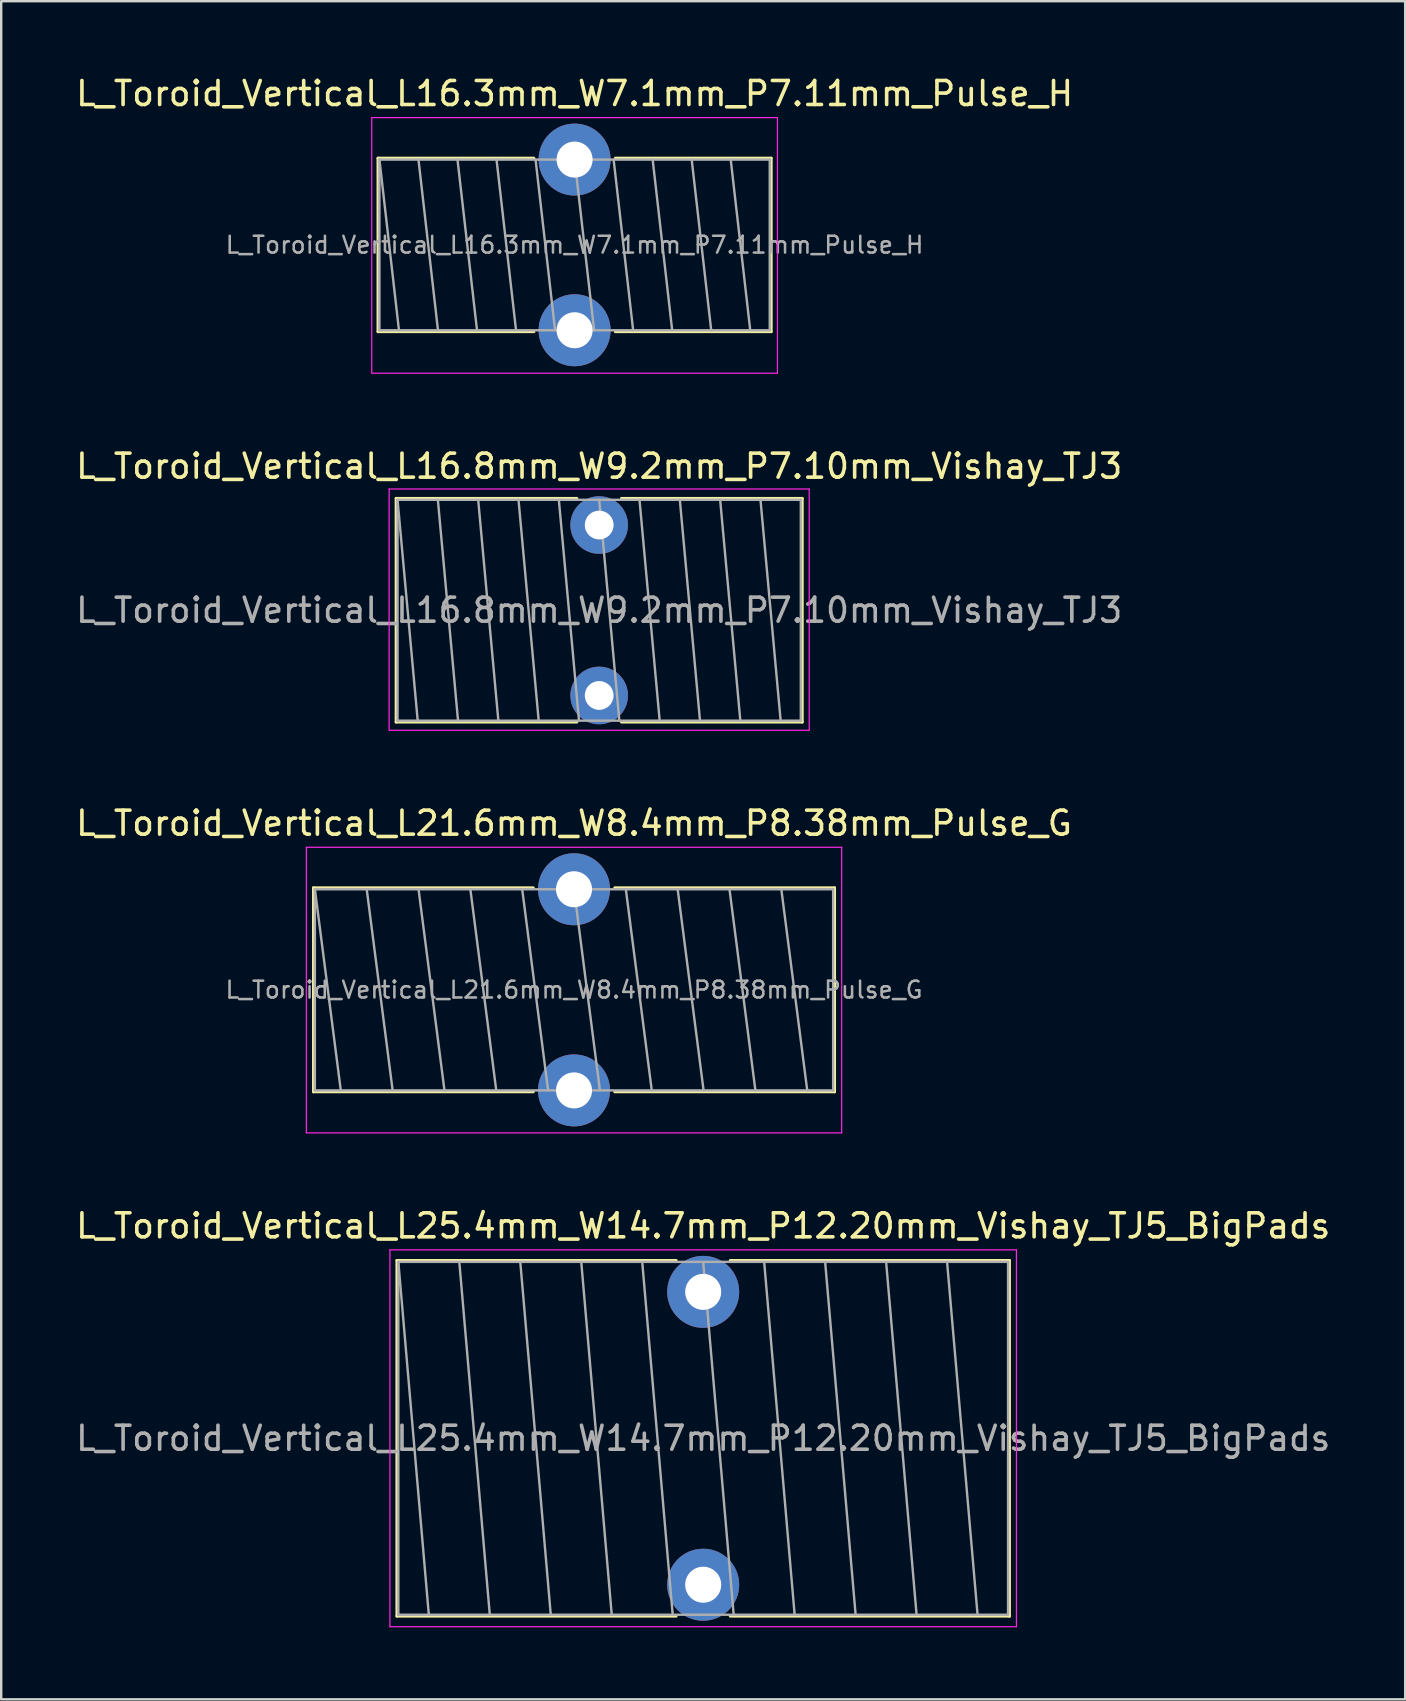
<source format=kicad_pcb>
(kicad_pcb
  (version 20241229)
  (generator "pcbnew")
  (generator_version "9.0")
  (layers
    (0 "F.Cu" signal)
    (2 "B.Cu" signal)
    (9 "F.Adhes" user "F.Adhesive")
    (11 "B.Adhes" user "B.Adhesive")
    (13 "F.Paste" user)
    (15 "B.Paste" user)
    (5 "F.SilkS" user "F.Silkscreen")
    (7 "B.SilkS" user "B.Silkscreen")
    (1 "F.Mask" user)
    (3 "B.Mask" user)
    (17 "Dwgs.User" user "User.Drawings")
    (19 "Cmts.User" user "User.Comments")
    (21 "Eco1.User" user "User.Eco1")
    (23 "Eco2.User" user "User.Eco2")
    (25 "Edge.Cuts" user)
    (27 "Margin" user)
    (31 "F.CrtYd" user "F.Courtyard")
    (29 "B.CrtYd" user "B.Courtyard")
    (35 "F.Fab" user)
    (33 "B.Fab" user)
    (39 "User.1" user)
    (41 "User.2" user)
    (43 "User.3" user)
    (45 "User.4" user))
  (footprint "L_Toroid_Vertical_L16.3mm_W7.1mm_P7.11mm_Pulse_H"
    (layer "F.Cu")
    (at 20.887 3.598)
    (property "Reference" "L_Toroid_Vertical_L16.3mm_W7.1mm_P7.11mm_Pulse_H" (at 0 -2.75 0) (layer "F.SilkS") (effects (font (size 1 1) (thickness 0.15))))
    (attr through_hole)
    (fp_line (start -8.191 -0.06) (end -8.191 7.17) (stroke (width 0.12) (type solid)) (layer "F.SilkS"))
    (fp_line (start -8.191 -0.06) (end -1.695 -0.06) (stroke (width 0.12) (type solid)) (layer "F.SilkS"))
    (fp_line (start -8.191 7.17) (end -1.695 7.17) (stroke (width 0.12) (type solid)) (layer "F.SilkS"))
    (fp_line (start 1.695 -0.06) (end 8.191 -0.06) (stroke (width 0.12) (type solid)) (layer "F.SilkS"))
    (fp_line (start 1.695 7.17) (end 8.191 7.17) (stroke (width 0.12) (type solid)) (layer "F.SilkS"))
    (fp_line (start 8.191 -0.06) (end 8.191 7.17) (stroke (width 0.12) (type solid)) (layer "F.SilkS"))
    (fp_line (start -8.45 -1.75) (end -8.45 8.9) (stroke (width 0.05) (type solid)) (layer "F.CrtYd"))
    (fp_line (start -8.45 8.9) (end 8.45 8.9) (stroke (width 0.05) (type solid)) (layer "F.CrtYd"))
    (fp_line (start 8.45 -1.75) (end -8.45 -1.75) (stroke (width 0.05) (type solid)) (layer "F.CrtYd"))
    (fp_line (start 8.45 8.9) (end 8.45 -1.75) (stroke (width 0.05) (type solid)) (layer "F.CrtYd"))
    (fp_line (start -8.13 0) (end -8.13 7.11) (stroke (width 0.1) (type solid)) (layer "F.Fab"))
    (fp_line (start -8.13 0) (end -7.317 7.11) (stroke (width 0.1) (type solid)) (layer "F.Fab"))
    (fp_line (start -8.13 7.11) (end 8.13 7.11) (stroke (width 0.1) (type solid)) (layer "F.Fab"))
    (fp_line (start -6.504 0) (end -5.691 7.11) (stroke (width 0.1) (type solid)) (layer "F.Fab"))
    (fp_line (start -4.878 0) (end -4.065 7.11) (stroke (width 0.1) (type solid)) (layer "F.Fab"))
    (fp_line (start -3.252 0) (end -2.439 7.11) (stroke (width 0.1) (type solid)) (layer "F.Fab"))
    (fp_line (start -1.626 0) (end -0.813 7.11) (stroke (width 0.1) (type solid)) (layer "F.Fab"))
    (fp_line (start 0 0) (end 0.813 7.11) (stroke (width 0.1) (type solid)) (layer "F.Fab"))
    (fp_line (start 1.626 0) (end 2.439 7.11) (stroke (width 0.1) (type solid)) (layer "F.Fab"))
    (fp_line (start 3.252 0) (end 4.065 7.11) (stroke (width 0.1) (type solid)) (layer "F.Fab"))
    (fp_line (start 4.878 0) (end 5.691 7.11) (stroke (width 0.1) (type solid)) (layer "F.Fab"))
    (fp_line (start 6.504 0) (end 7.317 7.11) (stroke (width 0.1) (type solid)) (layer "F.Fab"))
    (fp_line (start 8.13 0) (end -8.13 0) (stroke (width 0.1) (type solid)) (layer "F.Fab"))
    (fp_line (start 8.13 7.11) (end 8.13 0) (stroke (width 0.1) (type solid)) (layer "F.Fab"))
    (fp_text user "${REFERENCE}" (at 0 3.555 0) (layer "F.Fab") (effects (font (size 0.7 0.7) (thickness 0.105))))
    (pad "1" thru_hole circle (at 0 0) (size 3 3) (drill 1.5) (layers "*.Cu" "*.Mask"))
    (pad "2" thru_hole circle (at 0 7.11) (size 3 3) (drill 1.5) (layers "*.Cu" "*.Mask")))
  (footprint "L_Toroid_Vertical_L16.8mm_W9.2mm_P7.10mm_Vishay_TJ3"
    (layer "F.Cu")
    (at 21.911 18.822)
    (property "Reference" "L_Toroid_Vertical_L16.8mm_W9.2mm_P7.10mm_Vishay_TJ3" (at 0 -2.45 0) (layer "F.SilkS") (effects (font (size 1 1) (thickness 0.15))))
    (attr through_hole)
    (fp_line (start -8.46 -1.11) (end -8.46 8.21) (stroke (width 0.12) (type solid)) (layer "F.SilkS"))
    (fp_line (start -8.46 -1.11) (end -0.928 -1.11) (stroke (width 0.12) (type solid)) (layer "F.SilkS"))
    (fp_line (start -8.46 8.21) (end -0.928 8.21) (stroke (width 0.12) (type solid)) (layer "F.SilkS"))
    (fp_line (start 0.928 -1.11) (end 8.46 -1.11) (stroke (width 0.12) (type solid)) (layer "F.SilkS"))
    (fp_line (start 0.928 8.21) (end 8.46 8.21) (stroke (width 0.12) (type solid)) (layer "F.SilkS"))
    (fp_line (start 8.46 -1.11) (end 8.46 8.21) (stroke (width 0.12) (type solid)) (layer "F.SilkS"))
    (fp_line (start -8.75 -1.5) (end -8.75 8.55) (stroke (width 0.05) (type solid)) (layer "F.CrtYd"))
    (fp_line (start -8.75 8.55) (end 8.75 8.55) (stroke (width 0.05) (type solid)) (layer "F.CrtYd"))
    (fp_line (start 8.75 -1.5) (end -8.75 -1.5) (stroke (width 0.05) (type solid)) (layer "F.CrtYd"))
    (fp_line (start 8.75 8.55) (end 8.75 -1.5) (stroke (width 0.05) (type solid)) (layer "F.CrtYd"))
    (fp_line (start -8.4 -1.05) (end -8.4 8.15) (stroke (width 0.1) (type solid)) (layer "F.Fab"))
    (fp_line (start -8.4 -1.05) (end -7.56 8.15) (stroke (width 0.1) (type solid)) (layer "F.Fab"))
    (fp_line (start -8.4 8.15) (end 8.4 8.15) (stroke (width 0.1) (type solid)) (layer "F.Fab"))
    (fp_line (start -6.72 -1.05) (end -5.88 8.15) (stroke (width 0.1) (type solid)) (layer "F.Fab"))
    (fp_line (start -5.04 -1.05) (end -4.2 8.15) (stroke (width 0.1) (type solid)) (layer "F.Fab"))
    (fp_line (start -3.36 -1.05) (end -2.52 8.15) (stroke (width 0.1) (type solid)) (layer "F.Fab"))
    (fp_line (start -1.68 -1.05) (end -0.84 8.15) (stroke (width 0.1) (type solid)) (layer "F.Fab"))
    (fp_line (start 0 -1.05) (end 0.84 8.15) (stroke (width 0.1) (type solid)) (layer "F.Fab"))
    (fp_line (start 1.68 -1.05) (end 2.52 8.15) (stroke (width 0.1) (type solid)) (layer "F.Fab"))
    (fp_line (start 3.36 -1.05) (end 4.2 8.15) (stroke (width 0.1) (type solid)) (layer "F.Fab"))
    (fp_line (start 5.04 -1.05) (end 5.88 8.15) (stroke (width 0.1) (type solid)) (layer "F.Fab"))
    (fp_line (start 6.72 -1.05) (end 7.56 8.15) (stroke (width 0.1) (type solid)) (layer "F.Fab"))
    (fp_line (start 8.4 -1.05) (end -8.4 -1.05) (stroke (width 0.1) (type solid)) (layer "F.Fab"))
    (fp_line (start 8.4 8.15) (end 8.4 -1.05) (stroke (width 0.1) (type solid)) (layer "F.Fab"))
    (fp_text user "${REFERENCE}" (at 0 3.55 0) (layer "F.Fab") (effects (font (size 1 1) (thickness 0.15))))
    (pad "1" thru_hole circle (at 0 0) (size 2.4 2.4) (drill 1.2) (layers "*.Cu" "*.Mask"))
    (pad "2" thru_hole circle (at 0 7.1) (size 2.4 2.4) (drill 1.2) (layers "*.Cu" "*.Mask")))
  (footprint "L_Toroid_Vertical_L21.6mm_W8.4mm_P8.38mm_Pulse_G"
    (layer "F.Cu")
    (at 20.863 33.995)
    (property "Reference" "L_Toroid_Vertical_L21.6mm_W8.4mm_P8.38mm_Pulse_G" (at 0 -2.75 0) (layer "F.SilkS") (effects (font (size 1 1) (thickness 0.15))))
    (attr through_hole)
    (fp_line (start -10.855 -0.06) (end -10.855 8.44) (stroke (width 0.12) (type solid)) (layer "F.SilkS"))
    (fp_line (start -10.855 -0.06) (end -1.695 -0.06) (stroke (width 0.12) (type solid)) (layer "F.SilkS"))
    (fp_line (start -10.855 8.44) (end -1.695 8.44) (stroke (width 0.12) (type solid)) (layer "F.SilkS"))
    (fp_line (start 1.695 -0.06) (end 10.855 -0.06) (stroke (width 0.12) (type solid)) (layer "F.SilkS"))
    (fp_line (start 1.695 8.44) (end 10.855 8.44) (stroke (width 0.12) (type solid)) (layer "F.SilkS"))
    (fp_line (start 10.855 -0.06) (end 10.855 8.44) (stroke (width 0.12) (type solid)) (layer "F.SilkS"))
    (fp_line (start -11.15 -1.75) (end -11.15 10.15) (stroke (width 0.05) (type solid)) (layer "F.CrtYd"))
    (fp_line (start -11.15 10.15) (end 11.15 10.15) (stroke (width 0.05) (type solid)) (layer "F.CrtYd"))
    (fp_line (start 11.15 -1.75) (end -11.15 -1.75) (stroke (width 0.05) (type solid)) (layer "F.CrtYd"))
    (fp_line (start 11.15 10.15) (end 11.15 -1.75) (stroke (width 0.05) (type solid)) (layer "F.CrtYd"))
    (fp_line (start -10.795 0) (end -10.795 8.38) (stroke (width 0.1) (type solid)) (layer "F.Fab"))
    (fp_line (start -10.795 0) (end -9.716 8.38) (stroke (width 0.1) (type solid)) (layer "F.Fab"))
    (fp_line (start -10.795 8.38) (end 10.795 8.38) (stroke (width 0.1) (type solid)) (layer "F.Fab"))
    (fp_line (start -8.636 0) (end -7.556 8.38) (stroke (width 0.1) (type solid)) (layer "F.Fab"))
    (fp_line (start -6.477 0) (end -5.397 8.38) (stroke (width 0.1) (type solid)) (layer "F.Fab"))
    (fp_line (start -4.318 0) (end -3.239 8.38) (stroke (width 0.1) (type solid)) (layer "F.Fab"))
    (fp_line (start -2.159 0) (end -1.079 8.38) (stroke (width 0.1) (type solid)) (layer "F.Fab"))
    (fp_line (start 0 0) (end 1.079 8.38) (stroke (width 0.1) (type solid)) (layer "F.Fab"))
    (fp_line (start 2.159 0) (end 3.239 8.38) (stroke (width 0.1) (type solid)) (layer "F.Fab"))
    (fp_line (start 4.318 0) (end 5.397 8.38) (stroke (width 0.1) (type solid)) (layer "F.Fab"))
    (fp_line (start 6.477 0) (end 7.556 8.38) (stroke (width 0.1) (type solid)) (layer "F.Fab"))
    (fp_line (start 8.636 0) (end 9.716 8.38) (stroke (width 0.1) (type solid)) (layer "F.Fab"))
    (fp_line (start 10.795 0) (end -10.795 0) (stroke (width 0.1) (type solid)) (layer "F.Fab"))
    (fp_line (start 10.795 8.38) (end 10.795 0) (stroke (width 0.1) (type solid)) (layer "F.Fab"))
    (fp_text user "${REFERENCE}" (at 0 4.19 0) (layer "F.Fab") (effects (font (size 0.7 0.7) (thickness 0.105))))
    (pad "1" thru_hole circle (at 0 0) (size 3 3) (drill 1.5) (layers "*.Cu" "*.Mask"))
    (pad "2" thru_hole circle (at 0 8.38) (size 3 3) (drill 1.5) (layers "*.Cu" "*.Mask")))
  (footprint "L_Toroid_Vertical_L25.4mm_W14.7mm_P12.20mm_Vishay_TJ5_BigPads"
    (layer "F.Cu")
    (at 26.244 50.768)
    (property "Reference" "L_Toroid_Vertical_L25.4mm_W14.7mm_P12.20mm_Vishay_TJ5_BigPads" (at 0 -2.75 0) (layer "F.SilkS") (effects (font (size 1 1) (thickness 0.15))))
    (attr through_hole)
    (fp_line (start -12.76 -1.31) (end -12.76 13.51) (stroke (width 0.12) (type solid)) (layer "F.SilkS"))
    (fp_line (start -12.76 -1.31) (end -1.127 -1.31) (stroke (width 0.12) (type solid)) (layer "F.SilkS"))
    (fp_line (start -12.76 13.51) (end -1.127 13.51) (stroke (width 0.12) (type solid)) (layer "F.SilkS"))
    (fp_line (start 1.127 -1.31) (end 12.76 -1.31) (stroke (width 0.12) (type solid)) (layer "F.SilkS"))
    (fp_line (start 1.127 13.51) (end 12.76 13.51) (stroke (width 0.12) (type solid)) (layer "F.SilkS"))
    (fp_line (start 12.76 -1.31) (end 12.76 13.51) (stroke (width 0.12) (type solid)) (layer "F.SilkS"))
    (fp_line (start -13.05 -1.75) (end -13.05 13.95) (stroke (width 0.05) (type solid)) (layer "F.CrtYd"))
    (fp_line (start -13.05 13.95) (end 13.05 13.95) (stroke (width 0.05) (type solid)) (layer "F.CrtYd"))
    (fp_line (start 13.05 -1.75) (end -13.05 -1.75) (stroke (width 0.05) (type solid)) (layer "F.CrtYd"))
    (fp_line (start 13.05 13.95) (end 13.05 -1.75) (stroke (width 0.05) (type solid)) (layer "F.CrtYd"))
    (fp_line (start -12.7 -1.25) (end -12.7 13.45) (stroke (width 0.1) (type solid)) (layer "F.Fab"))
    (fp_line (start -12.7 -1.25) (end -11.43 13.45) (stroke (width 0.1) (type solid)) (layer "F.Fab"))
    (fp_line (start -12.7 13.45) (end 12.7 13.45) (stroke (width 0.1) (type solid)) (layer "F.Fab"))
    (fp_line (start -10.16 -1.25) (end -8.89 13.45) (stroke (width 0.1) (type solid)) (layer "F.Fab"))
    (fp_line (start -7.62 -1.25) (end -6.35 13.45) (stroke (width 0.1) (type solid)) (layer "F.Fab"))
    (fp_line (start -5.08 -1.25) (end -3.81 13.45) (stroke (width 0.1) (type solid)) (layer "F.Fab"))
    (fp_line (start -2.54 -1.25) (end -1.27 13.45) (stroke (width 0.1) (type solid)) (layer "F.Fab"))
    (fp_line (start 0 -1.25) (end 1.27 13.45) (stroke (width 0.1) (type solid)) (layer "F.Fab"))
    (fp_line (start 2.54 -1.25) (end 3.81 13.45) (stroke (width 0.1) (type solid)) (layer "F.Fab"))
    (fp_line (start 5.08 -1.25) (end 6.35 13.45) (stroke (width 0.1) (type solid)) (layer "F.Fab"))
    (fp_line (start 7.62 -1.25) (end 8.89 13.45) (stroke (width 0.1) (type solid)) (layer "F.Fab"))
    (fp_line (start 10.16 -1.25) (end 11.43 13.45) (stroke (width 0.1) (type solid)) (layer "F.Fab"))
    (fp_line (start 12.7 -1.25) (end -12.7 -1.25) (stroke (width 0.1) (type solid)) (layer "F.Fab"))
    (fp_line (start 12.7 13.45) (end 12.7 -1.25) (stroke (width 0.1) (type solid)) (layer "F.Fab"))
    (fp_text user "${REFERENCE}" (at 0 6.1 0) (layer "F.Fab") (effects (font (size 1 1) (thickness 0.15))))
    (pad "1" thru_hole circle (at 0 0) (size 3 3) (drill 1.5) (layers "*.Cu" "*.Mask"))
    (pad "2" thru_hole circle (at 0 12.2) (size 3 3) (drill 1.5) (layers "*.Cu" "*.Mask")))
  (gr_rect
    (start -3 -3)
    (end 55.488 67.743)
    (stroke (width 0.1) (type default))
    (fill no)
    (layer "Edge.Cuts")))
</source>
